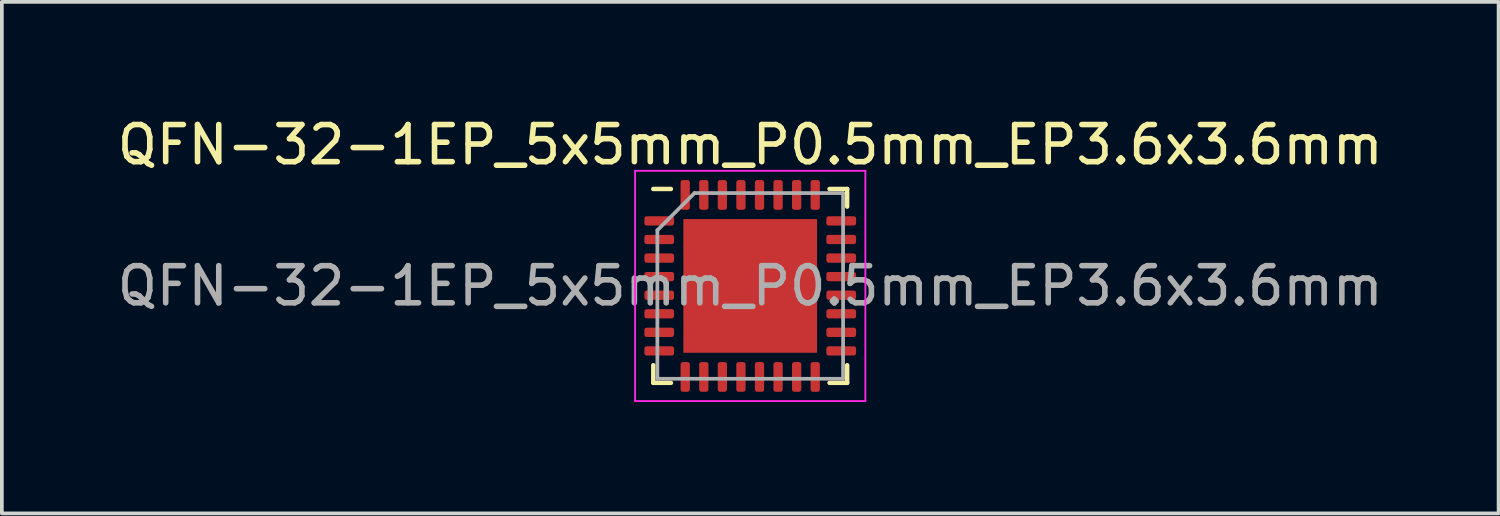
<source format=kicad_pcb>
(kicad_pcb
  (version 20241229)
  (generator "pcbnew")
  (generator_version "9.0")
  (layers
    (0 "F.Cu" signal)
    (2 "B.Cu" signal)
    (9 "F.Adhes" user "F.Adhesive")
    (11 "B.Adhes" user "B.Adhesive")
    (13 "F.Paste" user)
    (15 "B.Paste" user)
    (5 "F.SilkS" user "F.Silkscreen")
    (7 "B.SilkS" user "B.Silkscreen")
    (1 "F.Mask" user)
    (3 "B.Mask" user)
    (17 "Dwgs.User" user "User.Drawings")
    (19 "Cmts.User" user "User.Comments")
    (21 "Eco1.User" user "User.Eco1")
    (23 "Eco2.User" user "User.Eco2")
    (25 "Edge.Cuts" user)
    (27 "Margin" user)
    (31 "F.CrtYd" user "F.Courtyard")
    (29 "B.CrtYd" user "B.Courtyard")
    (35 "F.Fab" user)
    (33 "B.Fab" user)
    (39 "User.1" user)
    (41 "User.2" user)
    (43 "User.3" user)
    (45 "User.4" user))
  (footprint "QFN-32-1EP_5x5mm_P0.5mm_EP3.6x3.6mm"
    (layer "F.Cu")
    (at 17.149 4.648)
    (property "Reference" "QFN-32-1EP_5x5mm_P0.5mm_EP3.6x3.6mm" (at 0 -3.8 0) (layer "F.SilkS") (effects (font (size 1 1) (thickness 0.15))))
    (attr smd)
    (fp_line (start -2.61 2.61) (end -2.61 2.135) (stroke (width 0.12) (type solid)) (layer "F.SilkS"))
    (fp_line (start -2.135 -2.61) (end -2.61 -2.61) (stroke (width 0.12) (type solid)) (layer "F.SilkS"))
    (fp_line (start -2.135 2.61) (end -2.61 2.61) (stroke (width 0.12) (type solid)) (layer "F.SilkS"))
    (fp_line (start 2.135 -2.61) (end 2.61 -2.61) (stroke (width 0.12) (type solid)) (layer "F.SilkS"))
    (fp_line (start 2.135 2.61) (end 2.61 2.61) (stroke (width 0.12) (type solid)) (layer "F.SilkS"))
    (fp_line (start 2.61 -2.61) (end 2.61 -2.135) (stroke (width 0.12) (type solid)) (layer "F.SilkS"))
    (fp_line (start 2.61 2.61) (end 2.61 2.135) (stroke (width 0.12) (type solid)) (layer "F.SilkS"))
    (fp_line (start -3.1 -3.1) (end -3.1 3.1) (stroke (width 0.05) (type solid)) (layer "F.CrtYd"))
    (fp_line (start -3.1 3.1) (end 3.1 3.1) (stroke (width 0.05) (type solid)) (layer "F.CrtYd"))
    (fp_line (start 3.1 -3.1) (end -3.1 -3.1) (stroke (width 0.05) (type solid)) (layer "F.CrtYd"))
    (fp_line (start 3.1 3.1) (end 3.1 -3.1) (stroke (width 0.05) (type solid)) (layer "F.CrtYd"))
    (fp_line (start -2.5 -1.5) (end -1.5 -2.5) (stroke (width 0.1) (type solid)) (layer "F.Fab"))
    (fp_line (start -2.5 2.5) (end -2.5 -1.5) (stroke (width 0.1) (type solid)) (layer "F.Fab"))
    (fp_line (start -1.5 -2.5) (end 2.5 -2.5) (stroke (width 0.1) (type solid)) (layer "F.Fab"))
    (fp_line (start 2.5 -2.5) (end 2.5 2.5) (stroke (width 0.1) (type solid)) (layer "F.Fab"))
    (fp_line (start 2.5 2.5) (end -2.5 2.5) (stroke (width 0.1) (type solid)) (layer "F.Fab"))
    (fp_text user "${REFERENCE}" (at 0 0 0) (layer "F.Fab") (effects (font (size 1 1) (thickness 0.15))))
    (pad "" smd roundrect (at -1.2 -1.2) (size 0.97 0.97) (layers "F.Paste") (roundrect_rratio 0.25))
    (pad "" smd roundrect (at -1.2 0) (size 0.97 0.97) (layers "F.Paste") (roundrect_rratio 0.25))
    (pad "" smd roundrect (at -1.2 1.2) (size 0.97 0.97) (layers "F.Paste") (roundrect_rratio 0.25))
    (pad "" smd roundrect (at 0 -1.2) (size 0.97 0.97) (layers "F.Paste") (roundrect_rratio 0.25))
    (pad "" smd roundrect (at 0 0) (size 0.97 0.97) (layers "F.Paste") (roundrect_rratio 0.25))
    (pad "" smd roundrect (at 0 1.2) (size 0.97 0.97) (layers "F.Paste") (roundrect_rratio 0.25))
    (pad "" smd roundrect (at 1.2 -1.2) (size 0.97 0.97) (layers "F.Paste") (roundrect_rratio 0.25))
    (pad "" smd roundrect (at 1.2 0) (size 0.97 0.97) (layers "F.Paste") (roundrect_rratio 0.25))
    (pad "" smd roundrect (at 1.2 1.2) (size 0.97 0.97) (layers "F.Paste") (roundrect_rratio 0.25))
    (pad "1" smd roundrect (at -2.45 -1.75) (size 0.8 0.25) (layers "F.Cu" "F.Mask" "F.Paste") (roundrect_rratio 0.25))
    (pad "2" smd roundrect (at -2.45 -1.25) (size 0.8 0.25) (layers "F.Cu" "F.Mask" "F.Paste") (roundrect_rratio 0.25))
    (pad "3" smd roundrect (at -2.45 -0.75) (size 0.8 0.25) (layers "F.Cu" "F.Mask" "F.Paste") (roundrect_rratio 0.25))
    (pad "4" smd roundrect (at -2.45 -0.25) (size 0.8 0.25) (layers "F.Cu" "F.Mask" "F.Paste") (roundrect_rratio 0.25))
    (pad "5" smd roundrect (at -2.45 0.25) (size 0.8 0.25) (layers "F.Cu" "F.Mask" "F.Paste") (roundrect_rratio 0.25))
    (pad "6" smd roundrect (at -2.45 0.75) (size 0.8 0.25) (layers "F.Cu" "F.Mask" "F.Paste") (roundrect_rratio 0.25))
    (pad "7" smd roundrect (at -2.45 1.25) (size 0.8 0.25) (layers "F.Cu" "F.Mask" "F.Paste") (roundrect_rratio 0.25))
    (pad "8" smd roundrect (at -2.45 1.75) (size 0.8 0.25) (layers "F.Cu" "F.Mask" "F.Paste") (roundrect_rratio 0.25))
    (pad "9" smd roundrect (at -1.75 2.45) (size 0.25 0.8) (layers "F.Cu" "F.Mask" "F.Paste") (roundrect_rratio 0.25))
    (pad "10" smd roundrect (at -1.25 2.45) (size 0.25 0.8) (layers "F.Cu" "F.Mask" "F.Paste") (roundrect_rratio 0.25))
    (pad "11" smd roundrect (at -0.75 2.45) (size 0.25 0.8) (layers "F.Cu" "F.Mask" "F.Paste") (roundrect_rratio 0.25))
    (pad "12" smd roundrect (at -0.25 2.45) (size 0.25 0.8) (layers "F.Cu" "F.Mask" "F.Paste") (roundrect_rratio 0.25))
    (pad "13" smd roundrect (at 0.25 2.45) (size 0.25 0.8) (layers "F.Cu" "F.Mask" "F.Paste") (roundrect_rratio 0.25))
    (pad "14" smd roundrect (at 0.75 2.45) (size 0.25 0.8) (layers "F.Cu" "F.Mask" "F.Paste") (roundrect_rratio 0.25))
    (pad "15" smd roundrect (at 1.25 2.45) (size 0.25 0.8) (layers "F.Cu" "F.Mask" "F.Paste") (roundrect_rratio 0.25))
    (pad "16" smd roundrect (at 1.75 2.45) (size 0.25 0.8) (layers "F.Cu" "F.Mask" "F.Paste") (roundrect_rratio 0.25))
    (pad "17" smd roundrect (at 2.45 1.75) (size 0.8 0.25) (layers "F.Cu" "F.Mask" "F.Paste") (roundrect_rratio 0.25))
    (pad "18" smd roundrect (at 2.45 1.25) (size 0.8 0.25) (layers "F.Cu" "F.Mask" "F.Paste") (roundrect_rratio 0.25))
    (pad "19" smd roundrect (at 2.45 0.75) (size 0.8 0.25) (layers "F.Cu" "F.Mask" "F.Paste") (roundrect_rratio 0.25))
    (pad "20" smd roundrect (at 2.45 0.25) (size 0.8 0.25) (layers "F.Cu" "F.Mask" "F.Paste") (roundrect_rratio 0.25))
    (pad "21" smd roundrect (at 2.45 -0.25) (size 0.8 0.25) (layers "F.Cu" "F.Mask" "F.Paste") (roundrect_rratio 0.25))
    (pad "22" smd roundrect (at 2.45 -0.75) (size 0.8 0.25) (layers "F.Cu" "F.Mask" "F.Paste") (roundrect_rratio 0.25))
    (pad "23" smd roundrect (at 2.45 -1.25) (size 0.8 0.25) (layers "F.Cu" "F.Mask" "F.Paste") (roundrect_rratio 0.25))
    (pad "24" smd roundrect (at 2.45 -1.75) (size 0.8 0.25) (layers "F.Cu" "F.Mask" "F.Paste") (roundrect_rratio 0.25))
    (pad "25" smd roundrect (at 1.75 -2.45) (size 0.25 0.8) (layers "F.Cu" "F.Mask" "F.Paste") (roundrect_rratio 0.25))
    (pad "26" smd roundrect (at 1.25 -2.45) (size 0.25 0.8) (layers "F.Cu" "F.Mask" "F.Paste") (roundrect_rratio 0.25))
    (pad "27" smd roundrect (at 0.75 -2.45) (size 0.25 0.8) (layers "F.Cu" "F.Mask" "F.Paste") (roundrect_rratio 0.25))
    (pad "28" smd roundrect (at 0.25 -2.45) (size 0.25 0.8) (layers "F.Cu" "F.Mask" "F.Paste") (roundrect_rratio 0.25))
    (pad "29" smd roundrect (at -0.25 -2.45) (size 0.25 0.8) (layers "F.Cu" "F.Mask" "F.Paste") (roundrect_rratio 0.25))
    (pad "30" smd roundrect (at -0.75 -2.45) (size 0.25 0.8) (layers "F.Cu" "F.Mask" "F.Paste") (roundrect_rratio 0.25))
    (pad "31" smd roundrect (at -1.25 -2.45) (size 0.25 0.8) (layers "F.Cu" "F.Mask" "F.Paste") (roundrect_rratio 0.25))
    (pad "32" smd roundrect (at -1.75 -2.45) (size 0.25 0.8) (layers "F.Cu" "F.Mask" "F.Paste") (roundrect_rratio 0.25))
    (pad "33" smd rect (at 0 0) (size 3.6 3.6) (layers "F.Cu" "F.Mask")))
  (gr_rect
    (start -3 -3)
    (end 37.298 10.773)
    (stroke (width 0.1) (type default))
    (fill no)
    (layer "Edge.Cuts")))
</source>
